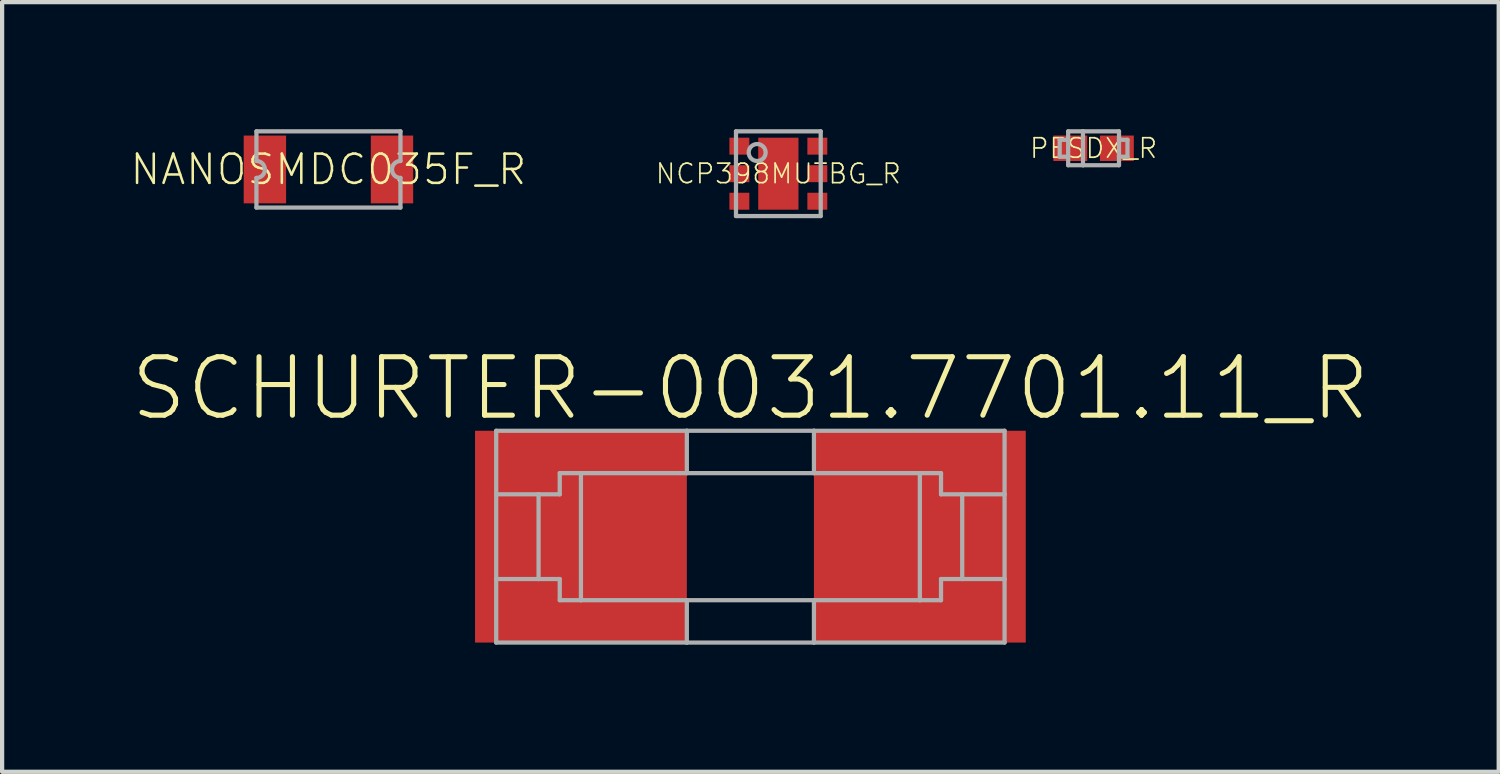
<source format=kicad_pcb>
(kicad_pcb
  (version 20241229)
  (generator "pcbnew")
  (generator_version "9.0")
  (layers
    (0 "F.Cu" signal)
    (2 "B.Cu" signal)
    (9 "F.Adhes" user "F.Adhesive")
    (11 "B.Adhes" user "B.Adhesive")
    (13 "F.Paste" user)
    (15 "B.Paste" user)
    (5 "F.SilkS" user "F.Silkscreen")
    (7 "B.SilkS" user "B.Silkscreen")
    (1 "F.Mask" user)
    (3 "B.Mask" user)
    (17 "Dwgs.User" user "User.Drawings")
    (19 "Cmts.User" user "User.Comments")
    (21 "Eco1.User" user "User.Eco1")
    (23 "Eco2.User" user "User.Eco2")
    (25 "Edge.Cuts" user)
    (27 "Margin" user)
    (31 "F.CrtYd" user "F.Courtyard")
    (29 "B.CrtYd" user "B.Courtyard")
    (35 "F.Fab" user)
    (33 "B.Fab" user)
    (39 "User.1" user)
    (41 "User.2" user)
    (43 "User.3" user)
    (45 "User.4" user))
  (footprint "NCP398MUTBG_R"
    (layer "F.Cu")
    (at 15.323 1.05)
    (property "Reference" "NCP398MUTBG_R" (at 0 0 0) (unlocked yes) (layer "F.SilkS") (effects (font (size 0.46 0.46) (thickness 0.04))))
    (fp_poly (pts (xy -1.205 -0.9) (xy -1.205 -0.4) (xy -0.635 -0.4) (xy -0.635 -0.9)) (stroke (width 0) (type default)) (fill yes) (layer "F.Mask"))
    (fp_poly (pts (xy -1.205 -0.25) (xy -1.205 0.25) (xy -0.635 0.25) (xy -0.635 -0.25)) (stroke (width 0) (type default)) (fill yes) (layer "F.Mask"))
    (fp_poly (pts (xy -1.205 0.4) (xy -1.205 0.9) (xy -0.635 0.9) (xy -0.635 0.4)) (stroke (width 0) (type default)) (fill yes) (layer "F.Mask"))
    (fp_poly (pts (xy -0.525 -0.9) (xy -0.525 0.9) (xy 0.525 0.9) (xy 0.525 -0.9)) (stroke (width 0) (type default)) (fill yes) (layer "F.Mask"))
    (fp_poly (pts (xy 0.635 -0.9) (xy 0.635 -0.4) (xy 1.205 -0.4) (xy 1.205 -0.9)) (stroke (width 0) (type default)) (fill yes) (layer "F.Mask"))
    (fp_poly (pts (xy 0.635 -0.25) (xy 0.635 0.25) (xy 1.205 0.25) (xy 1.205 -0.25)) (stroke (width 0) (type default)) (fill yes) (layer "F.Mask"))
    (fp_poly (pts (xy 0.635 0.4) (xy 0.635 0.9) (xy 1.205 0.9) (xy 1.205 0.4)) (stroke (width 0) (type default)) (fill yes) (layer "F.Mask"))
    (fp_poly (pts (xy -0.4 -0.05) (xy 0.4 -0.05) (xy 0.4 -0.775) (xy -0.4 -0.775)) (stroke (width 0) (type default)) (fill yes) (layer "F.Paste"))
    (fp_poly (pts (xy -0.4 0.775) (xy 0.4 0.775) (xy 0.4 0.05) (xy -0.4 0.05)) (stroke (width 0) (type default)) (fill yes) (layer "F.Paste"))
    (fp_line (start -1 -1) (end -1 1) (stroke (width 0.1) (type solid)) (layer "F.Fab"))
    (fp_line (start -1 1) (end 1 1) (stroke (width 0.1) (type solid)) (layer "F.Fab"))
    (fp_line (start 1 -1) (end -1 -1) (stroke (width 0.1) (type solid)) (layer "F.Fab"))
    (fp_line (start 1 1) (end 1 -1) (stroke (width 0.1) (type solid)) (layer "F.Fab"))
    (fp_circle (center -0.5 -0.5) (end -0.3 -0.5) (stroke (width 0.1) (type solid)) (fill no) (layer "F.Fab"))
    (pad "0" smd rect (at 0 0 270) (size 1.7 0.95) (layers "F.Cu"))
    (pad "1" smd rect (at -0.92 -0.65 270) (size 0.4 0.47) (layers "F.Cu" "F.Paste"))
    (pad "2" smd rect (at -0.92 0 270) (size 0.4 0.47) (layers "F.Cu" "F.Paste"))
    (pad "3" smd rect (at -0.92 0.65 270) (size 0.4 0.47) (layers "F.Cu" "F.Paste"))
    (pad "4" smd rect (at 0.92 0.65 270) (size 0.4 0.47) (layers "F.Cu" "F.Paste"))
    (pad "5" smd rect (at 0.92 0 270) (size 0.4 0.47) (layers "F.Cu" "F.Paste"))
    (pad "6" smd rect (at 0.92 -0.65 270) (size 0.4 0.47) (layers "F.Cu" "F.Paste")))
  (footprint "NANOSMDC035F_R"
    (layer "F.Cu")
    (at 4.703 0.95)
    (property "Reference" "NANOSMDC035F_R" (at 0 0 0) (unlocked yes) (layer "F.SilkS") (effects (font (size 0.69 0.69) (thickness 0.06))))
    (fp_line (start -1.7 -0.9) (end -1.7 -0.2) (stroke (width 0.1) (type solid)) (layer "F.Fab"))
    (fp_line (start -1.7 0.2) (end -1.7 0.9) (stroke (width 0.1) (type solid)) (layer "F.Fab"))
    (fp_line (start -1.7 0.9) (end 1.7 0.9) (stroke (width 0.1) (type solid)) (layer "F.Fab"))
    (fp_line (start 1.7 -0.9) (end -1.7 -0.9) (stroke (width 0.1) (type solid)) (layer "F.Fab"))
    (fp_line (start 1.7 -0.2) (end 1.7 -0.9) (stroke (width 0.1) (type solid)) (layer "F.Fab"))
    (fp_line (start 1.7 0.9) (end 1.7 0.2) (stroke (width 0.1) (type solid)) (layer "F.Fab"))
    (fp_arc (start -1.7 -0.2) (mid -1.558579 -0.141421) (end -1.5 0) (stroke (width 0.1) (type solid)) (layer "F.Fab"))
    (fp_arc (start -1.5 0) (mid -1.558579 0.141421) (end -1.7 0.2) (stroke (width 0.1) (type solid)) (layer "F.Fab"))
    (fp_arc (start 1.5 0) (mid 1.558579 -0.141421) (end 1.7 -0.2) (stroke (width 0.1) (type solid)) (layer "F.Fab"))
    (fp_arc (start 1.7 0.2) (mid 1.558579 0.141421) (end 1.5 0) (stroke (width 0.1) (type solid)) (layer "F.Fab"))
    (pad "1" smd rect (at -1.5 0) (size 1 1.6) (layers "F.Cu" "F.Mask" "F.Paste"))
    (pad "2" smd rect (at 1.5 0) (size 1 1.6) (layers "F.Cu" "F.Mask" "F.Paste")))
  (footprint "SCHURTER-0031.7701.11_R"
    (layer "F.Cu")
    (at 14.663 9.618)
    (property "Reference" "SCHURTER-0031.7701.11_R" (at 0 -3.5 0) (unlocked yes) (layer "F.SilkS") (effects (font (size 1.38 1.38) (thickness 0.12))))
    (fp_poly (pts (xy -5 -1) (xy -6.25 -1) (xy -6.25 -2.25) (xy -5 -2.25)) (stroke (width 0) (type default)) (fill yes) (layer "F.Paste"))
    (fp_poly (pts (xy -5 0.625) (xy -6.25 0.625) (xy -6.25 -0.625) (xy -5 -0.625)) (stroke (width 0) (type default)) (fill yes) (layer "F.Paste"))
    (fp_poly (pts (xy -5 2.25) (xy -6.25 2.25) (xy -6.25 1) (xy -5 1)) (stroke (width 0) (type default)) (fill yes) (layer "F.Paste"))
    (fp_poly (pts (xy -3.375 -1) (xy -4.625 -1) (xy -4.625 -2.25) (xy -3.375 -2.25)) (stroke (width 0) (type default)) (fill yes) (layer "F.Paste"))
    (fp_poly (pts (xy -3.375 0.625) (xy -4.625 0.625) (xy -4.625 -0.625) (xy -3.375 -0.625)) (stroke (width 0) (type default)) (fill yes) (layer "F.Paste"))
    (fp_poly (pts (xy -3.375 2.25) (xy -4.625 2.25) (xy -4.625 1) (xy -3.375 1)) (stroke (width 0) (type default)) (fill yes) (layer "F.Paste"))
    (fp_poly (pts (xy -1.75 -1) (xy -3 -1) (xy -3 -2.25) (xy -1.75 -2.25)) (stroke (width 0) (type default)) (fill yes) (layer "F.Paste"))
    (fp_poly (pts (xy -1.75 0.625) (xy -3 0.625) (xy -3 -0.625) (xy -1.75 -0.625)) (stroke (width 0) (type default)) (fill yes) (layer "F.Paste"))
    (fp_poly (pts (xy -1.75 2.25) (xy -3 2.25) (xy -3 1) (xy -1.75 1)) (stroke (width 0) (type default)) (fill yes) (layer "F.Paste"))
    (fp_poly (pts (xy 3 -1) (xy 1.75 -1) (xy 1.75 -2.25) (xy 3 -2.25)) (stroke (width 0) (type default)) (fill yes) (layer "F.Paste"))
    (fp_poly (pts (xy 3 0.625) (xy 1.75 0.625) (xy 1.75 -0.625) (xy 3 -0.625)) (stroke (width 0) (type default)) (fill yes) (layer "F.Paste"))
    (fp_poly (pts (xy 3 2.25) (xy 1.75 2.25) (xy 1.75 1) (xy 3 1)) (stroke (width 0) (type default)) (fill yes) (layer "F.Paste"))
    (fp_poly (pts (xy 4.625 -1) (xy 3.375 -1) (xy 3.375 -2.25) (xy 4.625 -2.25)) (stroke (width 0) (type default)) (fill yes) (layer "F.Paste"))
    (fp_poly (pts (xy 4.625 0.625) (xy 3.375 0.625) (xy 3.375 -0.625) (xy 4.625 -0.625)) (stroke (width 0) (type default)) (fill yes) (layer "F.Paste"))
    (fp_poly (pts (xy 4.625 2.25) (xy 3.375 2.25) (xy 3.375 1) (xy 4.625 1)) (stroke (width 0) (type default)) (fill yes) (layer "F.Paste"))
    (fp_poly (pts (xy 6.25 -1) (xy 5 -1) (xy 5 -2.25) (xy 6.25 -2.25)) (stroke (width 0) (type default)) (fill yes) (layer "F.Paste"))
    (fp_poly (pts (xy 6.25 0.625) (xy 5 0.625) (xy 5 -0.625) (xy 6.25 -0.625)) (stroke (width 0) (type default)) (fill yes) (layer "F.Paste"))
    (fp_poly (pts (xy 6.25 2.25) (xy 5 2.25) (xy 5 1) (xy 6.25 1)) (stroke (width 0) (type default)) (fill yes) (layer "F.Paste"))
    (fp_line (start -6 -2.5) (end -6 -1) (stroke (width 0.1) (type solid)) (layer "F.Fab"))
    (fp_line (start -6 -1) (end -6 1) (stroke (width 0.1) (type solid)) (layer "F.Fab"))
    (fp_line (start -6 1) (end -6 2.5) (stroke (width 0.1) (type solid)) (layer "F.Fab"))
    (fp_line (start -6 2.5) (end -1.5 2.5) (stroke (width 0.1) (type solid)) (layer "F.Fab"))
    (fp_line (start -5 -1) (end -6 -1) (stroke (width 0.1) (type solid)) (layer "F.Fab"))
    (fp_line (start -5 -1) (end -5 1) (stroke (width 0.1) (type solid)) (layer "F.Fab"))
    (fp_line (start -5 1) (end -6 1) (stroke (width 0.1) (type solid)) (layer "F.Fab"))
    (fp_line (start -4.5 -1.5) (end -4.5 -1) (stroke (width 0.1) (type solid)) (layer "F.Fab"))
    (fp_line (start -4.5 -1.5) (end -4 -1.5) (stroke (width 0.1) (type solid)) (layer "F.Fab"))
    (fp_line (start -4.5 -1) (end -5 -1) (stroke (width 0.1) (type solid)) (layer "F.Fab"))
    (fp_line (start -4.5 1) (end -5 1) (stroke (width 0.1) (type solid)) (layer "F.Fab"))
    (fp_line (start -4.5 1.5) (end -4.5 1) (stroke (width 0.1) (type solid)) (layer "F.Fab"))
    (fp_line (start -4 -1.5) (end -4 1.5) (stroke (width 0.1) (type solid)) (layer "F.Fab"))
    (fp_line (start -4 -1.5) (end -1.5 -1.5) (stroke (width 0.1) (type solid)) (layer "F.Fab"))
    (fp_line (start -4 1.5) (end -4.5 1.5) (stroke (width 0.1) (type solid)) (layer "F.Fab"))
    (fp_line (start -1.5 -2.5) (end -6 -2.5) (stroke (width 0.1) (type solid)) (layer "F.Fab"))
    (fp_line (start -1.5 -1.5) (end -1.5 -2.5) (stroke (width 0.1) (type solid)) (layer "F.Fab"))
    (fp_line (start -1.5 -1.5) (end 1.5 -1.5) (stroke (width 0.1) (type solid)) (layer "F.Fab"))
    (fp_line (start -1.5 1.5) (end -4 1.5) (stroke (width 0.1) (type solid)) (layer "F.Fab"))
    (fp_line (start -1.5 1.5) (end -1.5 2.5) (stroke (width 0.1) (type solid)) (layer "F.Fab"))
    (fp_line (start -1.5 2.5) (end 1.5 2.5) (stroke (width 0.1) (type solid)) (layer "F.Fab"))
    (fp_line (start 1.5 -2.5) (end -1.5 -2.5) (stroke (width 0.1) (type solid)) (layer "F.Fab"))
    (fp_line (start 1.5 -1.5) (end 1.5 -2.5) (stroke (width 0.1) (type solid)) (layer "F.Fab"))
    (fp_line (start 1.5 -1.5) (end 4 -1.5) (stroke (width 0.1) (type solid)) (layer "F.Fab"))
    (fp_line (start 1.5 1.5) (end -1.5 1.5) (stroke (width 0.1) (type solid)) (layer "F.Fab"))
    (fp_line (start 1.5 1.5) (end 1.5 2.5) (stroke (width 0.1) (type solid)) (layer "F.Fab"))
    (fp_line (start 1.5 2.5) (end 6 2.5) (stroke (width 0.1) (type solid)) (layer "F.Fab"))
    (fp_line (start 4 -1.5) (end 4 1.5) (stroke (width 0.1) (type solid)) (layer "F.Fab"))
    (fp_line (start 4 -1.5) (end 4.5 -1.5) (stroke (width 0.1) (type solid)) (layer "F.Fab"))
    (fp_line (start 4 1.5) (end 1.5 1.5) (stroke (width 0.1) (type solid)) (layer "F.Fab"))
    (fp_line (start 4.5 -1.5) (end 4.5 -1) (stroke (width 0.1) (type solid)) (layer "F.Fab"))
    (fp_line (start 4.5 -1) (end 5 -1) (stroke (width 0.1) (type solid)) (layer "F.Fab"))
    (fp_line (start 4.5 1) (end 5 1) (stroke (width 0.1) (type solid)) (layer "F.Fab"))
    (fp_line (start 4.5 1.5) (end 4 1.5) (stroke (width 0.1) (type solid)) (layer "F.Fab"))
    (fp_line (start 4.5 1.5) (end 4.5 1) (stroke (width 0.1) (type solid)) (layer "F.Fab"))
    (fp_line (start 5 -1) (end 5 1) (stroke (width 0.1) (type solid)) (layer "F.Fab"))
    (fp_line (start 5 -1) (end 6 -1) (stroke (width 0.1) (type solid)) (layer "F.Fab"))
    (fp_line (start 5 1) (end 6 1) (stroke (width 0.1) (type solid)) (layer "F.Fab"))
    (fp_line (start 6 -2.5) (end 1.5 -2.5) (stroke (width 0.1) (type solid)) (layer "F.Fab"))
    (fp_line (start 6 -1) (end 6 -2.5) (stroke (width 0.1) (type solid)) (layer "F.Fab"))
    (fp_line (start 6 1) (end 6 -1) (stroke (width 0.1) (type solid)) (layer "F.Fab"))
    (fp_line (start 6 2.5) (end 6 1) (stroke (width 0.1) (type solid)) (layer "F.Fab"))
    (pad "1" smd rect (at -4 0) (size 5 5) (layers "F.Cu" "F.Mask"))
    (pad "2" smd rect (at 4 0) (size 5 5) (layers "F.Cu" "F.Mask")))
  (footprint "PESDX_R"
    (layer "F.Cu")
    (at 22.764 0.45)
    (property "Reference" "PESDX_R" (at 0 0 0) (unlocked yes) (layer "F.SilkS") (effects (font (size 0.46 0.46) (thickness 0.04))))
    (fp_poly (pts (xy -0.2 0.25) (xy -0.9 0.25) (xy -0.9 -0.25) (xy -0.2 -0.25)) (stroke (width 0) (type default)) (fill yes) (layer "F.Paste"))
    (fp_poly (pts (xy 0.9 0.25) (xy 0.2 0.25) (xy 0.2 -0.25) (xy 0.9 -0.25)) (stroke (width 0) (type default)) (fill yes) (layer "F.Paste"))
    (fp_line (start -0.8 -0.2) (end -0.8 0.2) (stroke (width 0.1) (type solid)) (layer "F.Fab"))
    (fp_line (start -0.8 0.2) (end -0.6 0.2) (stroke (width 0.1) (type solid)) (layer "F.Fab"))
    (fp_line (start -0.6 -0.4) (end -0.25 -0.4) (stroke (width 0.1) (type solid)) (layer "F.Fab"))
    (fp_line (start -0.6 -0.2) (end -0.8 -0.2) (stroke (width 0.1) (type solid)) (layer "F.Fab"))
    (fp_line (start -0.6 -0.2) (end -0.6 -0.4) (stroke (width 0.1) (type solid)) (layer "F.Fab"))
    (fp_line (start -0.6 0.2) (end -0.6 -0.2) (stroke (width 0.1) (type solid)) (layer "F.Fab"))
    (fp_line (start -0.6 0.4) (end -0.6 0.2) (stroke (width 0.1) (type solid)) (layer "F.Fab"))
    (fp_line (start -0.25 -0.4) (end -0.25 0.4) (stroke (width 0.1) (type solid)) (layer "F.Fab"))
    (fp_line (start -0.25 -0.4) (end 0.6 -0.4) (stroke (width 0.1) (type solid)) (layer "F.Fab"))
    (fp_line (start -0.25 0.4) (end -0.6 0.4) (stroke (width 0.1) (type solid)) (layer "F.Fab"))
    (fp_line (start 0.6 -0.4) (end 0.6 -0.2) (stroke (width 0.1) (type solid)) (layer "F.Fab"))
    (fp_line (start 0.6 -0.2) (end 0.6 0.2) (stroke (width 0.1) (type solid)) (layer "F.Fab"))
    (fp_line (start 0.6 -0.2) (end 0.8 -0.2) (stroke (width 0.1) (type solid)) (layer "F.Fab"))
    (fp_line (start 0.6 0.2) (end 0.6 0.4) (stroke (width 0.1) (type solid)) (layer "F.Fab"))
    (fp_line (start 0.6 0.4) (end -0.25 0.4) (stroke (width 0.1) (type solid)) (layer "F.Fab"))
    (fp_line (start 0.8 -0.2) (end 0.8 0.2) (stroke (width 0.1) (type solid)) (layer "F.Fab"))
    (fp_line (start 0.8 0.2) (end 0.6 0.2) (stroke (width 0.1) (type solid)) (layer "F.Fab"))
    (pad "1" smd rect (at -0.55 0) (size 0.8 0.6) (layers "F.Cu" "F.Mask"))
    (pad "2" smd rect (at 0.55 0) (size 0.8 0.6) (layers "F.Cu" "F.Mask")))
  (gr_rect
    (start -3 -3)
    (end 32.327 15.168)
    (stroke (width 0.1) (type default))
    (fill no)
    (layer "Edge.Cuts")))
</source>
